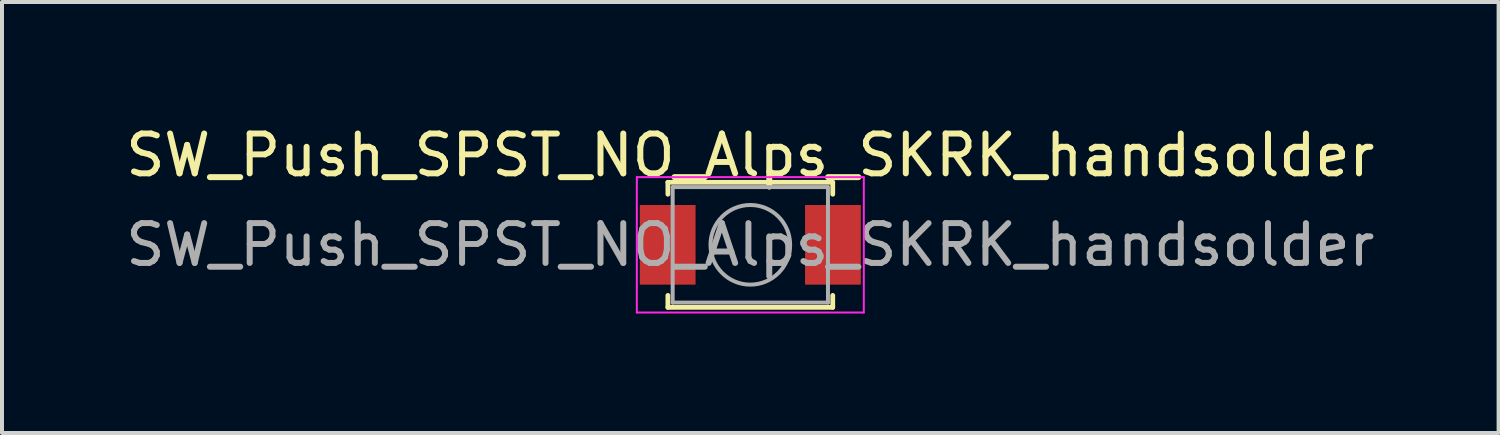
<source format=kicad_pcb>
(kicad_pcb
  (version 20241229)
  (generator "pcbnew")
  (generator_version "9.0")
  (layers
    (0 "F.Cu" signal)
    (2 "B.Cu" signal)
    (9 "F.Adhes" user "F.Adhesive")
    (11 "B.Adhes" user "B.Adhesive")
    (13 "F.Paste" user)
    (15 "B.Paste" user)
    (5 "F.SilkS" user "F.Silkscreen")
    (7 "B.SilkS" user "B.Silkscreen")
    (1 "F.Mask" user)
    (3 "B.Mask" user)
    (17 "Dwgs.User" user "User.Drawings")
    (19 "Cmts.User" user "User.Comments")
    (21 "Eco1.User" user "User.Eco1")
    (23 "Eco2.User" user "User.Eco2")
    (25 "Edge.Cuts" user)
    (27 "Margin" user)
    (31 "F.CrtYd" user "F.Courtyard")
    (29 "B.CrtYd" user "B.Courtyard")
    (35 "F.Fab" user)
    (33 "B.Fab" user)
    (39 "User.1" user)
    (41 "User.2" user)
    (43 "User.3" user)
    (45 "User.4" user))
  (footprint "SW_Push_SPST_NO_Alps_SKRK_handsolder"
    (layer "F.Cu")
    (at 15.792 3.098)
    (property "Reference" "SW_Push_SPST_NO_Alps_SKRK_handsolder" (at 0 -2.25 0) (layer "F.SilkS") (effects (font (size 1 1) (thickness 0.15))))
    (attr smd)
    (fp_line (start -2.07 -1.57) (end 2.07 -1.57) (stroke (width 0.12) (type solid)) (layer "F.SilkS"))
    (fp_line (start -2.07 -1.27) (end -2.07 -1.57) (stroke (width 0.12) (type solid)) (layer "F.SilkS"))
    (fp_line (start -2.07 1.57) (end -2.07 1.27) (stroke (width 0.12) (type solid)) (layer "F.SilkS"))
    (fp_line (start 2.07 -1.57) (end 2.07 -1.27) (stroke (width 0.12) (type solid)) (layer "F.SilkS"))
    (fp_line (start 2.07 1.27) (end 2.07 1.57) (stroke (width 0.12) (type solid)) (layer "F.SilkS"))
    (fp_line (start 2.07 1.57) (end -2.07 1.57) (stroke (width 0.12) (type solid)) (layer "F.SilkS"))
    (fp_line (start -2.85 -1.7) (end 2.85 -1.7) (stroke (width 0.05) (type solid)) (layer "F.CrtYd"))
    (fp_line (start -2.85 1.7) (end -2.85 -1.7) (stroke (width 0.05) (type solid)) (layer "F.CrtYd"))
    (fp_line (start 2.85 -1.7) (end 2.85 1.7) (stroke (width 0.05) (type solid)) (layer "F.CrtYd"))
    (fp_line (start 2.85 1.7) (end -2.85 1.7) (stroke (width 0.05) (type solid)) (layer "F.CrtYd"))
    (fp_line (start -1.95 -1.45) (end 1.95 -1.45) (stroke (width 0.1) (type solid)) (layer "F.Fab"))
    (fp_line (start -1.95 1.45) (end -1.95 -1.45) (stroke (width 0.1) (type solid)) (layer "F.Fab"))
    (fp_line (start 1.95 -1.45) (end 1.95 1.45) (stroke (width 0.1) (type solid)) (layer "F.Fab"))
    (fp_line (start 1.95 1.45) (end -1.95 1.45) (stroke (width 0.1) (type solid)) (layer "F.Fab"))
    (fp_circle (center 0 0) (end 1 0) (stroke (width 0.1) (type solid)) (fill no) (layer "F.Fab"))
    (fp_text user "${REFERENCE}" (at 0 0 0) (layer "F.Fab") (effects (font (size 1 1) (thickness 0.15))))
    (pad "1" smd rect (at -2.075 0) (size 1.4 2) (layers "F.Cu" "F.Mask" "F.Paste"))
    (pad "2" smd rect (at 2.075 0) (size 1.4 2) (layers "F.Cu" "F.Mask" "F.Paste")))
  (gr_rect
    (start -3 -3)
    (end 34.583 7.823)
    (stroke (width 0.1) (type default))
    (fill no)
    (layer "Edge.Cuts")))
</source>
